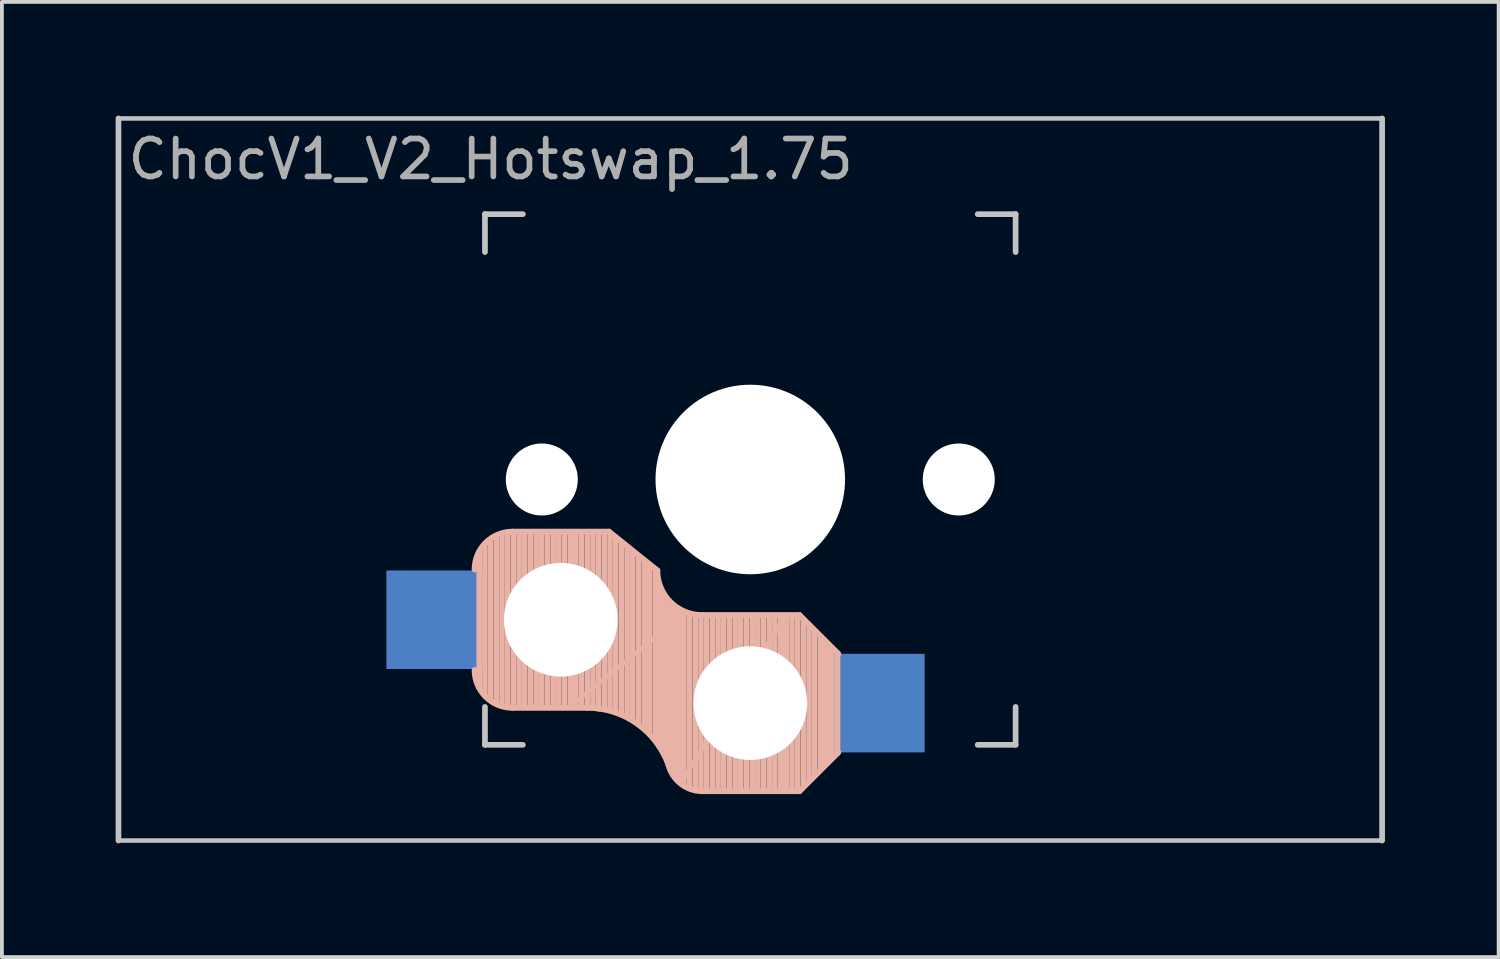
<source format=kicad_pcb>
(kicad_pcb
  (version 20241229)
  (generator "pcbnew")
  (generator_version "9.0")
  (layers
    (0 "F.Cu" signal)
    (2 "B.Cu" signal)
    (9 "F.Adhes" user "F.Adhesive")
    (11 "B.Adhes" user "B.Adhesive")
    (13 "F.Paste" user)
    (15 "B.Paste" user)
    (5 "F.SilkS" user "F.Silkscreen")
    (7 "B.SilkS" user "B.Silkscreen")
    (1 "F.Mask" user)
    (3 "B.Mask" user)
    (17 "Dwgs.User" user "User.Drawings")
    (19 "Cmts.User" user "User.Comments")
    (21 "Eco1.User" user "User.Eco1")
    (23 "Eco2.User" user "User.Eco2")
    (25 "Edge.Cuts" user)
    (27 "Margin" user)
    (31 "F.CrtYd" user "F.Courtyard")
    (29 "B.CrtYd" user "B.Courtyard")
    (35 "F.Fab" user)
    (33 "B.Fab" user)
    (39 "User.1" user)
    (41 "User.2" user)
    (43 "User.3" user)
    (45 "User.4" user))
  (footprint "ChocV1_V2_Hotswap_1.75"
    (layer "F.Cu")
    (at 16.744 9.6)
    (property "Reference" "ChocV1_V2_Hotswap_1.75" (at -6.85 -8.45 0) (layer "F.Fab") (effects (font (size 1 1) (thickness 0.15))))
    (attr through_hole)
    (fp_line (start -7.15 5.5) (end -7.15 1.9) (stroke (width 0.15) (type solid)) (layer "B.SilkS"))
    (fp_line (start -7 5.7) (end -7 1.7) (stroke (width 0.15) (type solid)) (layer "B.SilkS"))
    (fp_line (start -6.85 5.8) (end -6.85 1.6) (stroke (width 0.15) (type solid)) (layer "B.SilkS"))
    (fp_line (start -6.7 5.9) (end -6.7 1.5) (stroke (width 0.15) (type solid)) (layer "B.SilkS"))
    (fp_line (start -6.55 5.95) (end -6.55 1.45) (stroke (width 0.15) (type solid)) (layer "B.SilkS"))
    (fp_line (start -6.4 6) (end -6.4 1.45) (stroke (width 0.15) (type solid)) (layer "B.SilkS"))
    (fp_line (start -6.25 6) (end -6.25 1.4) (stroke (width 0.15) (type solid)) (layer "B.SilkS"))
    (fp_line (start -6.1 6) (end -6.1 1.4) (stroke (width 0.15) (type solid)) (layer "B.SilkS"))
    (fp_line (start -5.95 6) (end -5.95 1.4) (stroke (width 0.15) (type solid)) (layer "B.SilkS"))
    (fp_line (start -5.8 6) (end -5.8 1.4) (stroke (width 0.15) (type solid)) (layer "B.SilkS"))
    (fp_line (start -5.65 6) (end -5.65 1.4) (stroke (width 0.15) (type solid)) (layer "B.SilkS"))
    (fp_line (start -5.5 6) (end -5.5 1.4) (stroke (width 0.15) (type solid)) (layer "B.SilkS"))
    (fp_line (start -5.35 6) (end -5.35 1.4) (stroke (width 0.15) (type solid)) (layer "B.SilkS"))
    (fp_line (start -5.2 6) (end -5.2 1.4) (stroke (width 0.15) (type solid)) (layer "B.SilkS"))
    (fp_line (start -5.05 6) (end -5.05 1.4) (stroke (width 0.15) (type solid)) (layer "B.SilkS"))
    (fp_line (start -4.9 6) (end -4.9 1.4) (stroke (width 0.15) (type solid)) (layer "B.SilkS"))
    (fp_line (start -4.75 6) (end -4.75 1.4) (stroke (width 0.15) (type solid)) (layer "B.SilkS"))
    (fp_line (start -4.65 5.9) (end -4.65 1.4) (stroke (width 0.12) (type solid)) (layer "B.SilkS"))
    (fp_line (start -4.6 6) (end -4.6 1.4) (stroke (width 0.15) (type solid)) (layer "B.SilkS"))
    (fp_line (start -4.45 6) (end -4.45 1.4) (stroke (width 0.15) (type solid)) (layer "B.SilkS"))
    (fp_line (start -4.3 6) (end -4.3 1.4) (stroke (width 0.15) (type solid)) (layer "B.SilkS"))
    (fp_line (start -4.3 6.025) (end -6.275 6.025) (stroke (width 0.15) (type solid)) (layer "B.SilkS"))
    (fp_line (start -4.15 6) (end -4.15 1.45) (stroke (width 0.15) (type solid)) (layer "B.SilkS"))
    (fp_line (start -4 6.05) (end -4 1.4) (stroke (width 0.15) (type solid)) (layer "B.SilkS"))
    (fp_line (start -3.85 6.05) (end -3.85 1.4) (stroke (width 0.15) (type solid)) (layer "B.SilkS"))
    (fp_line (start -3.725 1.375) (end -6.275 1.375) (stroke (width 0.15) (type solid)) (layer "B.SilkS"))
    (fp_line (start -3.725 1.375) (end -2.45 2.4) (stroke (width 0.15) (type solid)) (layer "B.SilkS"))
    (fp_line (start -3.7 6.05) (end -3.7 1.45) (stroke (width 0.15) (type solid)) (layer "B.SilkS"))
    (fp_line (start -3.55 6.1) (end -3.55 1.55) (stroke (width 0.15) (type solid)) (layer "B.SilkS"))
    (fp_line (start -3.4 6.2) (end -3.4 1.65) (stroke (width 0.15) (type solid)) (layer "B.SilkS"))
    (fp_line (start -3.25 6.25) (end -3.25 1.8) (stroke (width 0.15) (type solid)) (layer "B.SilkS"))
    (fp_line (start -3.1 6.35) (end -3.1 1.9) (stroke (width 0.15) (type solid)) (layer "B.SilkS"))
    (fp_line (start -2.95 6.45) (end -2.95 2.05) (stroke (width 0.15) (type solid)) (layer "B.SilkS"))
    (fp_line (start -2.8 6.55) (end -2.8 2.15) (stroke (width 0.15) (type solid)) (layer "B.SilkS"))
    (fp_line (start -2.65 6.7) (end -2.65 2.25) (stroke (width 0.15) (type solid)) (layer "B.SilkS"))
    (fp_line (start -2.5 6.85) (end -2.5 2.4) (stroke (width 0.15) (type solid)) (layer "B.SilkS"))
    (fp_line (start -2.4 7.05) (end -2.4 2.9) (stroke (width 0.15) (type solid)) (layer "B.SilkS"))
    (fp_line (start -2.3 7.2) (end -2.3 3.05) (stroke (width 0.15) (type solid)) (layer "B.SilkS"))
    (fp_line (start -2.2 7.4) (end -2.2 3.25) (stroke (width 0.15) (type solid)) (layer "B.SilkS"))
    (fp_line (start -2.1 7.55) (end -2.1 3.35) (stroke (width 0.15) (type solid)) (layer "B.SilkS"))
    (fp_line (start -2 7.8) (end -2 3.4) (stroke (width 0.15) (type solid)) (layer "B.SilkS"))
    (fp_line (start -1.9 7.95) (end -1.9 3.45) (stroke (width 0.15) (type solid)) (layer "B.SilkS"))
    (fp_line (start -1.8 3.6) (end -4.65 5.9) (stroke (width 0.12) (type solid)) (layer "B.SilkS"))
    (fp_line (start -1.8 7.95) (end -1.8 3.6) (stroke (width 0.12) (type solid)) (layer "B.SilkS"))
    (fp_line (start -1.75 8.05) (end -1.75 3.5) (stroke (width 0.15) (type solid)) (layer "B.SilkS"))
    (fp_line (start -1.6 8.15) (end -1.6 3.6) (stroke (width 0.15) (type solid)) (layer "B.SilkS"))
    (fp_line (start -1.45 8.2) (end -1.45 3.6) (stroke (width 0.15) (type solid)) (layer "B.SilkS"))
    (fp_line (start -1.3 8.2) (end -1.3 3.6) (stroke (width 0.15) (type solid)) (layer "B.SilkS"))
    (fp_line (start -1.15 8.2) (end -1.15 3.65) (stroke (width 0.15) (type solid)) (layer "B.SilkS"))
    (fp_line (start -1 8.2) (end -1 3.6) (stroke (width 0.15) (type solid)) (layer "B.SilkS"))
    (fp_line (start -0.85 8.2) (end -0.85 3.6) (stroke (width 0.15) (type solid)) (layer "B.SilkS"))
    (fp_line (start -0.7 8.2) (end -0.7 3.6) (stroke (width 0.15) (type solid)) (layer "B.SilkS"))
    (fp_line (start -0.55 8.2) (end -0.55 3.6) (stroke (width 0.15) (type solid)) (layer "B.SilkS"))
    (fp_line (start -0.4 8.2) (end -0.4 3.6) (stroke (width 0.15) (type solid)) (layer "B.SilkS"))
    (fp_line (start -0.25 8.2) (end -0.25 3.6) (stroke (width 0.15) (type solid)) (layer "B.SilkS"))
    (fp_line (start -0.1 8.2) (end -0.1 3.6) (stroke (width 0.15) (type solid)) (layer "B.SilkS"))
    (fp_line (start 0.05 8.2) (end 0.05 3.6) (stroke (width 0.15) (type solid)) (layer "B.SilkS"))
    (fp_line (start 0.2 8.2) (end 0.2 3.6) (stroke (width 0.15) (type solid)) (layer "B.SilkS"))
    (fp_line (start 0.35 8.2) (end 0.35 3.6) (stroke (width 0.15) (type solid)) (layer "B.SilkS"))
    (fp_line (start 0.5 8.2) (end 0.5 3.6) (stroke (width 0.15) (type solid)) (layer "B.SilkS"))
    (fp_line (start 0.65 8.2) (end 0.65 3.6) (stroke (width 0.15) (type solid)) (layer "B.SilkS"))
    (fp_line (start 0.8 8.2) (end 0.8 3.6) (stroke (width 0.15) (type solid)) (layer "B.SilkS"))
    (fp_line (start 0.9 3.65) (end -1.8 7.95) (stroke (width 0.12) (type solid)) (layer "B.SilkS"))
    (fp_line (start 0.9 8.1) (end 0.9 3.65) (stroke (width 0.12) (type solid)) (layer "B.SilkS"))
    (fp_line (start 0.95 8.2) (end 0.95 3.6) (stroke (width 0.15) (type solid)) (layer "B.SilkS"))
    (fp_line (start 1.1 8.2) (end 1.1 3.6) (stroke (width 0.15) (type solid)) (layer "B.SilkS"))
    (fp_line (start 1.25 8.2) (end 1.25 3.6) (stroke (width 0.15) (type solid)) (layer "B.SilkS"))
    (fp_line (start 1.3 3.575) (end -1.275 3.575) (stroke (width 0.15) (type solid)) (layer "B.SilkS"))
    (fp_line (start 1.3 3.575) (end 2.325 4.6) (stroke (width 0.15) (type solid)) (layer "B.SilkS"))
    (fp_line (start 1.3 8.225) (end -1.3 8.225) (stroke (width 0.15) (type solid)) (layer "B.SilkS"))
    (fp_line (start 1.3 8.225) (end 2.325 7.2) (stroke (width 0.15) (type solid)) (layer "B.SilkS"))
    (fp_line (start 1.4 8.1) (end 1.4 3.7) (stroke (width 0.15) (type solid)) (layer "B.SilkS"))
    (fp_line (start 1.55 7.95) (end 1.55 3.85) (stroke (width 0.15) (type solid)) (layer "B.SilkS"))
    (fp_line (start 1.7 7.8) (end 1.7 4) (stroke (width 0.15) (type solid)) (layer "B.SilkS"))
    (fp_line (start 1.85 7.65) (end 1.85 4.15) (stroke (width 0.15) (type solid)) (layer "B.SilkS"))
    (fp_line (start 1.95 7.55) (end 1.95 4.25) (stroke (width 0.15) (type solid)) (layer "B.SilkS"))
    (fp_line (start 2.05 7.45) (end 2.05 4.35) (stroke (width 0.15) (type solid)) (layer "B.SilkS"))
    (fp_line (start 2.15 7.35) (end 2.15 4.45) (stroke (width 0.15) (type solid)) (layer "B.SilkS"))
    (fp_line (start 2.3 4.575) (end 2.3 7.225) (stroke (width 0.15) (type solid)) (layer "B.SilkS"))
    (fp_arc (start -7.275 2.375) (mid -6.982107 1.667893) (end -6.275 1.375) (stroke (width 0.15) (type solid)) (layer "B.SilkS"))
    (fp_arc (start -6.275 6.025) (mid -6.982107 5.732107) (end -7.275 5.025) (stroke (width 0.15) (type solid)) (layer "B.SilkS"))
    (fp_arc (start -4.3 6.025) (mid -2.995114 6.436429) (end -2.162199 7.521904) (stroke (width 0.15) (type solid)) (layer "B.SilkS"))
    (fp_arc (start -1.300995 8.223791) (mid -1.848284 8.016021) (end -2.162199 7.521904) (stroke (width 0.15) (type solid)) (layer "B.SilkS"))
    (fp_arc (start -1.275 3.575) (mid -2.10585 3.23085) (end -2.45 2.4) (stroke (width 0.15) (type solid)) (layer "B.SilkS"))
    (fp_line (start -16.669 -9.525) (end 16.669 -9.525) (stroke (width 0.12) (type solid)) (layer "Dwgs.User"))
    (fp_line (start -16.669 9.525) (end -16.669 -9.525) (stroke (width 0.15) (type solid)) (layer "Dwgs.User"))
    (fp_line (start -16.669 9.525) (end 16.669 9.525) (stroke (width 0.12) (type solid)) (layer "Dwgs.User"))
    (fp_line (start -7 -7) (end -6 -7) (stroke (width 0.15) (type solid)) (layer "Dwgs.User"))
    (fp_line (start -7 -6) (end -7 -7) (stroke (width 0.15) (type solid)) (layer "Dwgs.User"))
    (fp_line (start -7 7) (end -7 6) (stroke (width 0.15) (type solid)) (layer "Dwgs.User"))
    (fp_line (start -6 7) (end -7 7) (stroke (width 0.15) (type solid)) (layer "Dwgs.User"))
    (fp_line (start 6 7) (end 7 7) (stroke (width 0.15) (type solid)) (layer "Dwgs.User"))
    (fp_line (start 7 -7) (end 6 -7) (stroke (width 0.15) (type solid)) (layer "Dwgs.User"))
    (fp_line (start 7 -6) (end 7 -7) (stroke (width 0.15) (type solid)) (layer "Dwgs.User"))
    (fp_line (start 7 7) (end 7 6) (stroke (width 0.15) (type solid)) (layer "Dwgs.User"))
    (fp_line (start 16.669 -9.525) (end 16.669 9.525) (stroke (width 0.15) (type solid)) (layer "Dwgs.User"))
    (pad "" np_thru_hole circle (at -5.5 0 90) (size 1.9 1.9) (drill 1.9) (layers "*.Cu"))
    (pad "" np_thru_hole circle (at -5 3.7 90) (size 3 3) (drill 3) (layers "*.Cu" "*.Mask"))
    (pad "" np_thru_hole circle (at 0 0 90) (size 5 5) (drill 5) (layers "*.Cu"))
    (pad "" np_thru_hole circle (at 0 5.9 90) (size 3 3) (drill 3) (layers "*.Cu" "*.Mask"))
    (pad "" np_thru_hole circle (at 5.5 0 90) (size 1.9 1.9) (drill 1.9) (layers "*.Cu"))
    (pad "1" smd rect (at -8.3 3.7 180) (size 2.6 2.6) (layers "B.Cu" "B.Mask" "B.Paste"))
    (pad "2" smd rect (at 3.3 5.9 180) (size 2.6 2.6) (layers "B.Cu" "B.Mask" "B.Paste")))
  (gr_rect
    (start -3 -3)
    (end 36.487 22.2)
    (stroke (width 0.1) (type default))
    (fill no)
    (layer "Edge.Cuts")))
</source>
